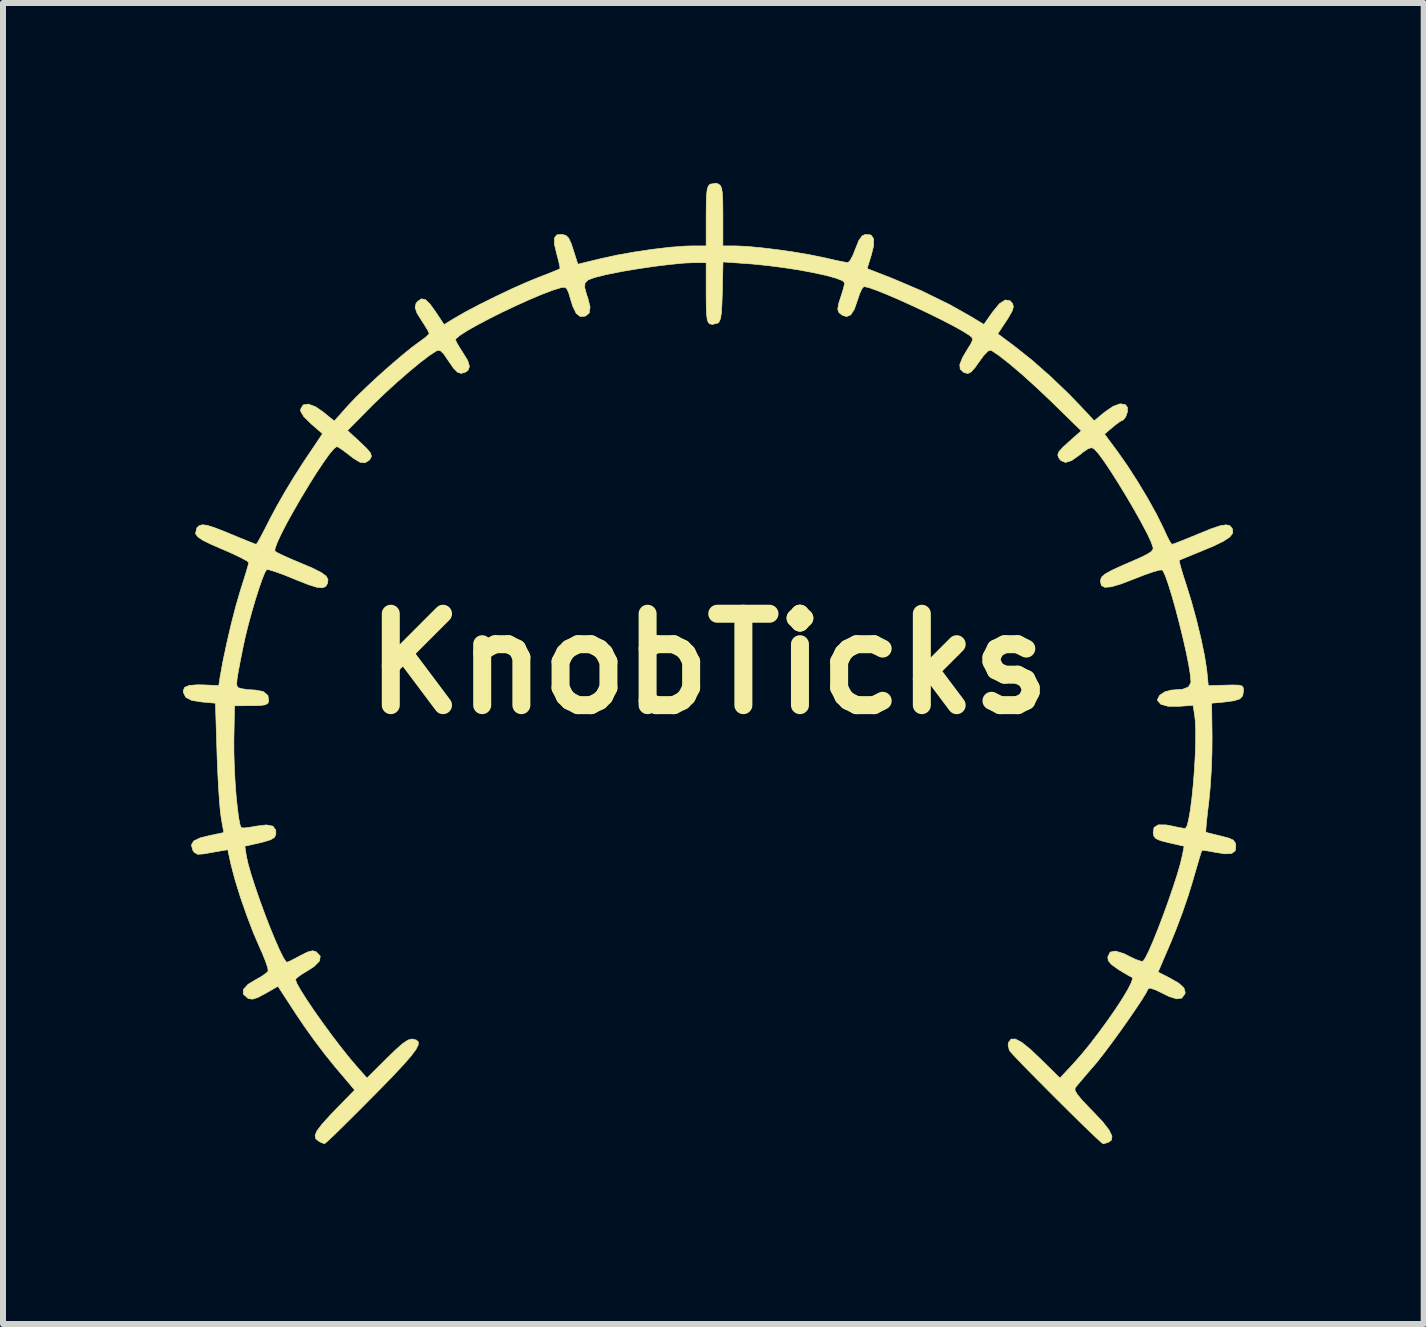
<source format=kicad_pcb>
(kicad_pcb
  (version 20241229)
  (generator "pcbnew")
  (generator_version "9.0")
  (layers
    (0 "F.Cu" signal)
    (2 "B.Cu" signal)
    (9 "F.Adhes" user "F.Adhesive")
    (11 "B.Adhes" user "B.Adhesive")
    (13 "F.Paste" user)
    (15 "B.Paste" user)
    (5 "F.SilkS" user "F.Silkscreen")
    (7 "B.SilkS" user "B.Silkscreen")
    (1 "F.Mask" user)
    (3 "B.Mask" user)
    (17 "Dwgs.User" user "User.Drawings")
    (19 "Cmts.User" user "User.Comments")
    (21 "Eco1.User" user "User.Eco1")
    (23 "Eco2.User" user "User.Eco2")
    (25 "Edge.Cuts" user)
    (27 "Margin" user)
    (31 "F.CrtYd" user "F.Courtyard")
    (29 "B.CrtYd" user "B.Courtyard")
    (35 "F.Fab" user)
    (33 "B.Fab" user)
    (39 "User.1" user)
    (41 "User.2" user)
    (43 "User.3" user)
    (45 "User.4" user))
  (footprint "KnobTicks"
    (layer "F.Cu")
    (at 8.763 8.767)
    (property "Reference" "KnobTicks" (at 0 -0.75 0) (layer "F.SilkS") (effects (font (size 1.524 1.524) (thickness 0.3))))
    (attr through_hole)
    (fp_poly (pts (xy 0.168 -8.747) (xy 0.198 -8.723) (xy 0.218 -8.677) (xy 0.23 -8.597) (xy 0.237 -8.468) (xy 0.239 -8.277) (xy 0.239 -8.213) (xy 0.239 -7.717) (xy 0.456 -7.717) (xy 0.637 -7.709) (xy 0.874 -7.687) (xy 1.143 -7.655) (xy 1.421 -7.615) (xy 1.686 -7.57) (xy 1.915 -7.523) (xy 1.944 -7.517) (xy 2.101 -7.481) (xy 2.23 -7.454) (xy 2.31 -7.44) (xy 2.323 -7.438) (xy 2.36 -7.473) (xy 2.408 -7.563) (xy 2.449 -7.667) (xy 2.506 -7.808) (xy 2.56 -7.884) (xy 2.611 -7.908) (xy 2.706 -7.9) (xy 2.752 -7.839) (xy 2.752 -7.72) (xy 2.716 -7.574) (xy 2.644 -7.339) (xy 3.067 -7.174) (xy 3.556 -6.966) (xy 4.021 -6.738) (xy 4.358 -6.548) (xy 4.591 -6.408) (xy 4.736 -6.615) (xy 4.85 -6.754) (xy 4.948 -6.816) (xy 5.028 -6.802) (xy 5.069 -6.755) (xy 5.083 -6.702) (xy 5.06 -6.627) (xy 4.994 -6.513) (xy 4.966 -6.47) (xy 4.822 -6.252) (xy 5.097 -6.047) (xy 5.385 -5.818) (xy 5.694 -5.547) (xy 5.997 -5.257) (xy 6.191 -5.057) (xy 6.43 -4.801) (xy 6.603 -4.945) (xy 6.744 -5.042) (xy 6.862 -5.085) (xy 6.948 -5.071) (xy 6.983 -5.027) (xy 6.984 -4.952) (xy 6.956 -4.869) (xy 6.912 -4.814) (xy 6.896 -4.809) (xy 6.851 -4.784) (xy 6.771 -4.724) (xy 6.735 -4.694) (xy 6.602 -4.58) (xy 6.818 -4.288) (xy 6.985 -4.05) (xy 7.157 -3.782) (xy 7.322 -3.507) (xy 7.467 -3.246) (xy 7.578 -3.022) (xy 7.593 -2.99) (xy 7.65 -2.866) (xy 7.698 -2.776) (xy 7.726 -2.741) (xy 7.726 -2.741) (xy 7.771 -2.755) (xy 7.873 -2.795) (xy 8.018 -2.853) (xy 8.176 -2.918) (xy 8.382 -3.002) (xy 8.529 -3.051) (xy 8.628 -3.067) (xy 8.691 -3.053) (xy 8.729 -3.009) (xy 8.737 -2.989) (xy 8.739 -2.928) (xy 8.691 -2.865) (xy 8.588 -2.796) (xy 8.42 -2.714) (xy 8.241 -2.639) (xy 8.082 -2.574) (xy 7.953 -2.521) (xy 7.869 -2.486) (xy 7.847 -2.476) (xy 7.853 -2.436) (xy 7.879 -2.337) (xy 7.922 -2.196) (xy 7.957 -2.089) (xy 8.05 -1.79) (xy 8.136 -1.476) (xy 8.21 -1.169) (xy 8.268 -0.891) (xy 8.304 -0.663) (xy 8.307 -0.637) (xy 8.332 -0.385) (xy 8.575 -0.393) (xy 8.74 -0.397) (xy 8.841 -0.394) (xy 8.894 -0.38) (xy 8.915 -0.349) (xy 8.918 -0.297) (xy 8.918 -0.295) (xy 8.905 -0.216) (xy 8.857 -0.165) (xy 8.76 -0.134) (xy 8.603 -0.113) (xy 8.388 -0.093) (xy 8.395 0.464) (xy 8.393 0.73) (xy 8.382 1.027) (xy 8.363 1.317) (xy 8.342 1.536) (xy 8.319 1.728) (xy 8.302 1.888) (xy 8.292 2.002) (xy 8.29 2.055) (xy 8.29 2.057) (xy 8.332 2.07) (xy 8.428 2.094) (xy 8.54 2.121) (xy 8.673 2.156) (xy 8.748 2.189) (xy 8.781 2.234) (xy 8.791 2.281) (xy 8.781 2.367) (xy 8.722 2.412) (xy 8.606 2.418) (xy 8.45 2.393) (xy 8.33 2.371) (xy 8.247 2.36) (xy 8.224 2.362) (xy 8.209 2.403) (xy 8.178 2.506) (xy 8.134 2.656) (xy 8.081 2.839) (xy 8.071 2.875) (xy 7.996 3.118) (xy 7.9 3.397) (xy 7.796 3.674) (xy 7.712 3.882) (xy 7.494 4.389) (xy 7.681 4.484) (xy 7.838 4.574) (xy 7.925 4.653) (xy 7.947 4.727) (xy 7.94 4.756) (xy 7.889 4.823) (xy 7.803 4.836) (xy 7.674 4.795) (xy 7.57 4.743) (xy 7.454 4.687) (xy 7.368 4.658) (xy 7.333 4.662) (xy 7.296 4.734) (xy 7.221 4.856) (xy 7.116 5.014) (xy 6.991 5.196) (xy 6.855 5.388) (xy 6.718 5.576) (xy 6.589 5.748) (xy 6.478 5.889) (xy 6.424 5.953) (xy 6.306 6.089) (xy 6.206 6.207) (xy 6.135 6.291) (xy 6.112 6.321) (xy 6.109 6.361) (xy 6.146 6.427) (xy 6.23 6.528) (xy 6.366 6.671) (xy 6.4 6.705) (xy 6.57 6.885) (xy 6.677 7.023) (xy 6.726 7.123) (xy 6.717 7.191) (xy 6.665 7.228) (xy 6.597 7.249) (xy 6.578 7.252) (xy 6.543 7.225) (xy 6.461 7.15) (xy 6.342 7.036) (xy 6.193 6.892) (xy 6.024 6.726) (xy 5.844 6.547) (xy 5.662 6.365) (xy 5.486 6.188) (xy 5.325 6.025) (xy 5.189 5.885) (xy 5.086 5.776) (xy 5.025 5.708) (xy 5.014 5.692) (xy 4.994 5.605) (xy 5.001 5.563) (xy 5.045 5.507) (xy 5.117 5.506) (xy 5.223 5.562) (xy 5.366 5.678) (xy 5.526 5.829) (xy 5.858 6.157) (xy 6.067 5.934) (xy 6.207 5.776) (xy 6.356 5.595) (xy 6.506 5.399) (xy 6.652 5.199) (xy 6.787 5.005) (xy 6.903 4.827) (xy 6.993 4.676) (xy 7.051 4.56) (xy 7.07 4.491) (xy 7.061 4.477) (xy 7.005 4.449) (xy 6.908 4.392) (xy 6.83 4.344) (xy 6.717 4.263) (xy 6.663 4.197) (xy 6.656 4.137) (xy 6.696 4.057) (xy 6.784 4.039) (xy 6.922 4.081) (xy 7.011 4.126) (xy 7.124 4.18) (xy 7.21 4.209) (xy 7.242 4.209) (xy 7.281 4.156) (xy 7.339 4.04) (xy 7.411 3.875) (xy 7.492 3.674) (xy 7.578 3.449) (xy 7.663 3.214) (xy 7.743 2.982) (xy 7.813 2.767) (xy 7.867 2.581) (xy 7.901 2.437) (xy 7.902 2.433) (xy 7.929 2.291) (xy 7.677 2.234) (xy 7.539 2.199) (xy 7.461 2.166) (xy 7.425 2.125) (xy 7.413 2.07) (xy 7.427 1.98) (xy 7.497 1.935) (xy 7.629 1.936) (xy 7.729 1.955) (xy 7.845 1.98) (xy 7.93 1.994) (xy 7.948 1.996) (xy 7.975 1.959) (xy 8.003 1.855) (xy 8.031 1.698) (xy 8.057 1.5) (xy 8.08 1.275) (xy 8.099 1.035) (xy 8.113 0.794) (xy 8.121 0.564) (xy 8.122 0.359) (xy 8.114 0.191) (xy 8.106 0.122) (xy 8.079 -0.058) (xy 7.842 -0.041) (xy 7.661 -0.042) (xy 7.541 -0.075) (xy 7.487 -0.136) (xy 7.485 -0.155) (xy 7.52 -0.224) (xy 7.606 -0.282) (xy 7.716 -0.312) (xy 7.736 -0.313) (xy 7.903 -0.325) (xy 8.001 -0.364) (xy 8.04 -0.432) (xy 8.042 -0.454) (xy 8.032 -0.571) (xy 8.004 -0.741) (xy 7.962 -0.95) (xy 7.909 -1.183) (xy 7.849 -1.427) (xy 7.786 -1.668) (xy 7.723 -1.89) (xy 7.664 -2.08) (xy 7.613 -2.224) (xy 7.573 -2.306) (xy 7.567 -2.314) (xy 7.52 -2.313) (xy 7.416 -2.284) (xy 7.27 -2.234) (xy 7.104 -2.169) (xy 6.878 -2.082) (xy 6.715 -2.034) (xy 6.608 -2.025) (xy 6.55 -2.055) (xy 6.534 -2.123) (xy 6.537 -2.155) (xy 6.557 -2.2) (xy 6.614 -2.248) (xy 6.718 -2.306) (xy 6.88 -2.381) (xy 6.987 -2.427) (xy 7.178 -2.51) (xy 7.305 -2.572) (xy 7.379 -2.619) (xy 7.41 -2.659) (xy 7.412 -2.686) (xy 7.38 -2.778) (xy 7.313 -2.922) (xy 7.217 -3.104) (xy 7.1 -3.313) (xy 6.972 -3.532) (xy 6.839 -3.75) (xy 6.711 -3.953) (xy 6.595 -4.126) (xy 6.499 -4.257) (xy 6.432 -4.331) (xy 6.387 -4.353) (xy 6.331 -4.338) (xy 6.245 -4.28) (xy 6.191 -4.236) (xy 6.054 -4.139) (xy 5.952 -4.107) (xy 5.875 -4.138) (xy 5.837 -4.187) (xy 5.822 -4.233) (xy 5.841 -4.285) (xy 5.905 -4.357) (xy 6.003 -4.447) (xy 6.214 -4.635) (xy 5.725 -5.113) (xy 5.475 -5.35) (xy 5.238 -5.565) (xy 5.023 -5.748) (xy 4.842 -5.89) (xy 4.71 -5.979) (xy 4.66 -5.965) (xy 4.585 -5.887) (xy 4.534 -5.817) (xy 4.441 -5.687) (xy 4.376 -5.615) (xy 4.323 -5.59) (xy 4.269 -5.603) (xy 4.252 -5.611) (xy 4.195 -5.663) (xy 4.189 -5.74) (xy 4.234 -5.854) (xy 4.305 -5.974) (xy 4.373 -6.084) (xy 4.402 -6.148) (xy 4.394 -6.188) (xy 4.355 -6.223) (xy 4.355 -6.223) (xy 4.246 -6.292) (xy 4.087 -6.381) (xy 3.891 -6.483) (xy 3.67 -6.592) (xy 3.439 -6.701) (xy 3.211 -6.805) (xy 2.999 -6.897) (xy 2.816 -6.971) (xy 2.677 -7.021) (xy 2.593 -7.04) (xy 2.59 -7.04) (xy 2.558 -7.005) (xy 2.517 -6.915) (xy 2.488 -6.825) (xy 2.43 -6.66) (xy 2.37 -6.567) (xy 2.301 -6.539) (xy 2.232 -6.561) (xy 2.175 -6.604) (xy 2.154 -6.663) (xy 2.17 -6.758) (xy 2.21 -6.881) (xy 2.246 -6.995) (xy 2.267 -7.082) (xy 2.269 -7.102) (xy 2.232 -7.138) (xy 2.126 -7.179) (xy 1.965 -7.224) (xy 1.759 -7.269) (xy 1.521 -7.314) (xy 1.261 -7.354) (xy 0.992 -7.389) (xy 0.725 -7.416) (xy 0.628 -7.423) (xy 0.241 -7.45) (xy 0.23 -6.961) (xy 0.223 -6.747) (xy 0.214 -6.6) (xy 0.199 -6.506) (xy 0.177 -6.453) (xy 0.155 -6.431) (xy 0.068 -6.409) (xy 0.025 -6.416) (xy -0.002 -6.437) (xy -0.021 -6.484) (xy -0.032 -6.57) (xy -0.038 -6.707) (xy -0.04 -6.91) (xy -0.04 -6.94) (xy -0.04 -7.438) (xy -0.237 -7.438) (xy -0.408 -7.431) (xy -0.635 -7.409) (xy -0.897 -7.377) (xy -1.17 -7.337) (xy -1.434 -7.293) (xy -1.666 -7.247) (xy -1.722 -7.235) (xy -1.899 -7.191) (xy -2.008 -7.15) (xy -2.06 -7.098) (xy -2.065 -7.022) (xy -2.034 -6.908) (xy -2.012 -6.846) (xy -1.975 -6.696) (xy -1.99 -6.598) (xy -2.053 -6.547) (xy -2.138 -6.539) (xy -2.206 -6.592) (xy -2.265 -6.714) (xy -2.294 -6.808) (xy -2.333 -6.938) (xy -2.365 -7.006) (xy -2.403 -7.029) (xy -2.459 -7.022) (xy -2.464 -7.02) (xy -2.603 -6.977) (xy -2.781 -6.909) (xy -2.987 -6.822) (xy -3.209 -6.722) (xy -3.435 -6.615) (xy -3.653 -6.506) (xy -3.852 -6.401) (xy -4.019 -6.307) (xy -4.142 -6.228) (xy -4.21 -6.172) (xy -4.22 -6.153) (xy -4.199 -6.104) (xy -4.145 -6.013) (xy -4.101 -5.945) (xy -4.015 -5.805) (xy -3.986 -5.707) (xy -4.011 -5.642) (xy -4.051 -5.614) (xy -4.122 -5.591) (xy -4.185 -5.611) (xy -4.256 -5.684) (xy -4.341 -5.808) (xy -4.416 -5.918) (xy -4.47 -5.969) (xy -4.516 -5.975) (xy -4.54 -5.965) (xy -4.652 -5.892) (xy -4.806 -5.775) (xy -4.989 -5.624) (xy -5.188 -5.451) (xy -5.389 -5.268) (xy -5.579 -5.086) (xy -5.628 -5.037) (xy -6.02 -4.64) (xy -5.817 -4.453) (xy -5.699 -4.34) (xy -5.636 -4.264) (xy -5.62 -4.209) (xy -5.644 -4.161) (xy -5.661 -4.142) (xy -5.729 -4.101) (xy -5.81 -4.11) (xy -5.92 -4.176) (xy -5.994 -4.234) (xy -6.094 -4.31) (xy -6.17 -4.36) (xy -6.197 -4.372) (xy -6.245 -4.337) (xy -6.323 -4.245) (xy -6.423 -4.104) (xy -6.54 -3.929) (xy -6.665 -3.729) (xy -6.793 -3.517) (xy -6.916 -3.303) (xy -7.029 -3.101) (xy -7.122 -2.92) (xy -7.191 -2.772) (xy -7.228 -2.67) (xy -7.23 -2.628) (xy -7.188 -2.602) (xy -7.087 -2.553) (xy -6.943 -2.489) (xy -6.793 -2.426) (xy -6.591 -2.34) (xy -6.456 -2.271) (xy -6.377 -2.213) (xy -6.345 -2.157) (xy -6.351 -2.097) (xy -6.354 -2.087) (xy -6.386 -2.037) (xy -6.441 -2.017) (xy -6.53 -2.026) (xy -6.665 -2.068) (xy -6.857 -2.143) (xy -6.91 -2.165) (xy -7.08 -2.234) (xy -7.224 -2.286) (xy -7.325 -2.317) (xy -7.367 -2.321) (xy -7.398 -2.271) (xy -7.443 -2.159) (xy -7.498 -2) (xy -7.559 -1.808) (xy -7.62 -1.598) (xy -7.678 -1.385) (xy -7.727 -1.184) (xy -7.757 -1.047) (xy -7.806 -0.801) (xy -7.84 -0.622) (xy -7.86 -0.499) (xy -7.867 -0.421) (xy -7.861 -0.376) (xy -7.844 -0.354) (xy -7.814 -0.343) (xy -7.794 -0.337) (xy -7.691 -0.32) (xy -7.565 -0.313) (xy -7.559 -0.313) (xy -7.425 -0.288) (xy -7.346 -0.222) (xy -7.333 -0.125) (xy -7.352 -0.086) (xy -7.403 -0.064) (xy -7.502 -0.054) (xy -7.625 -0.052) (xy -7.903 -0.05) (xy -7.914 0.526) (xy -7.913 0.738) (xy -7.906 0.97) (xy -7.894 1.209) (xy -7.877 1.44) (xy -7.856 1.647) (xy -7.834 1.817) (xy -7.811 1.934) (xy -7.791 1.983) (xy -7.744 1.987) (xy -7.643 1.975) (xy -7.546 1.957) (xy -7.372 1.936) (xy -7.263 1.957) (xy -7.215 2.023) (xy -7.214 2.093) (xy -7.236 2.143) (xy -7.298 2.182) (xy -7.414 2.218) (xy -7.479 2.234) (xy -7.731 2.291) (xy -7.706 2.453) (xy -7.677 2.584) (xy -7.627 2.759) (xy -7.561 2.964) (xy -7.484 3.188) (xy -7.4 3.418) (xy -7.314 3.641) (xy -7.23 3.844) (xy -7.155 4.016) (xy -7.092 4.144) (xy -7.045 4.216) (xy -7.029 4.226) (xy -6.985 4.209) (xy -6.894 4.163) (xy -6.809 4.117) (xy -6.685 4.055) (xy -6.604 4.034) (xy -6.545 4.049) (xy -6.541 4.052) (xy -6.474 4.123) (xy -6.486 4.205) (xy -6.577 4.297) (xy -6.678 4.362) (xy -6.789 4.43) (xy -6.865 4.486) (xy -6.887 4.513) (xy -6.864 4.578) (xy -6.799 4.694) (xy -6.7 4.85) (xy -6.576 5.034) (xy -6.434 5.235) (xy -6.282 5.442) (xy -6.129 5.643) (xy -5.982 5.827) (xy -5.853 5.978) (xy -5.694 6.157) (xy -5.361 5.825) (xy -5.207 5.676) (xy -5.094 5.578) (xy -5.013 5.524) (xy -4.952 5.506) (xy -4.932 5.507) (xy -4.871 5.523) (xy -4.839 5.553) (xy -4.84 5.604) (xy -4.878 5.679) (xy -4.957 5.785) (xy -5.08 5.927) (xy -5.252 6.111) (xy -5.475 6.341) (xy -5.607 6.474) (xy -5.809 6.678) (xy -5.993 6.861) (xy -6.152 7.018) (xy -6.278 7.14) (xy -6.364 7.22) (xy -6.402 7.251) (xy -6.403 7.251) (xy -6.456 7.232) (xy -6.499 7.209) (xy -6.549 7.167) (xy -6.56 7.112) (xy -6.528 7.036) (xy -6.448 6.93) (xy -6.316 6.784) (xy -6.235 6.7) (xy -5.9 6.356) (xy -6.236 5.958) (xy -6.396 5.76) (xy -6.574 5.525) (xy -6.746 5.284) (xy -6.875 5.093) (xy -7.179 4.626) (xy -7.39 4.747) (xy -7.517 4.814) (xy -7.602 4.841) (xy -7.664 4.833) (xy -7.682 4.824) (xy -7.757 4.757) (xy -7.755 4.679) (xy -7.678 4.594) (xy -7.562 4.524) (xy -7.449 4.46) (xy -7.367 4.401) (xy -7.342 4.372) (xy -7.35 4.316) (xy -7.386 4.208) (xy -7.444 4.065) (xy -7.48 3.986) (xy -7.587 3.738) (xy -7.697 3.45) (xy -7.803 3.147) (xy -7.893 2.857) (xy -7.959 2.608) (xy -7.965 2.581) (xy -8.016 2.349) (xy -8.149 2.372) (xy -8.288 2.396) (xy -8.417 2.419) (xy -8.517 2.426) (xy -8.574 2.394) (xy -8.599 2.357) (xy -8.622 2.271) (xy -8.584 2.205) (xy -8.479 2.153) (xy -8.317 2.113) (xy -8.193 2.087) (xy -8.108 2.069) (xy -8.082 2.062) (xy -8.089 2.023) (xy -8.106 1.928) (xy -8.125 1.818) (xy -8.14 1.704) (xy -8.155 1.528) (xy -8.17 1.304) (xy -8.183 1.051) (xy -8.194 0.784) (xy -8.195 0.743) (xy -8.221 -0.093) (xy -8.452 -0.114) (xy -8.618 -0.141) (xy -8.716 -0.192) (xy -8.756 -0.272) (xy -8.758 -0.3) (xy -8.735 -0.357) (xy -8.657 -0.39) (xy -8.515 -0.4) (xy -8.413 -0.398) (xy -8.166 -0.387) (xy -8.142 -0.539) (xy -8.095 -0.798) (xy -8.031 -1.099) (xy -7.958 -1.413) (xy -7.881 -1.712) (xy -7.807 -1.966) (xy -7.795 -2.004) (xy -7.742 -2.172) (xy -7.699 -2.313) (xy -7.672 -2.408) (xy -7.665 -2.439) (xy -7.699 -2.467) (xy -7.793 -2.518) (xy -7.932 -2.585) (xy -8.101 -2.659) (xy -8.102 -2.659) (xy -8.298 -2.744) (xy -8.43 -2.809) (xy -8.509 -2.862) (xy -8.546 -2.907) (xy -8.552 -2.928) (xy -8.53 -3.019) (xy -8.486 -3.056) (xy -8.436 -3.068) (xy -8.361 -3.059) (xy -8.246 -3.023) (xy -8.079 -2.959) (xy -7.983 -2.919) (xy -7.814 -2.849) (xy -7.674 -2.792) (xy -7.578 -2.754) (xy -7.541 -2.741) (xy -7.518 -2.774) (xy -7.467 -2.865) (xy -7.396 -3) (xy -7.312 -3.165) (xy -7.308 -3.173) (xy -7.199 -3.377) (xy -7.062 -3.617) (xy -6.913 -3.863) (xy -6.77 -4.087) (xy -6.764 -4.096) (xy -6.436 -4.586) (xy -6.626 -4.751) (xy -6.747 -4.87) (xy -6.8 -4.959) (xy -6.802 -4.993) (xy -6.758 -5.066) (xy -6.671 -5.08) (xy -6.551 -5.035) (xy -6.423 -4.946) (xy -6.24 -4.797) (xy -6.004 -5.062) (xy -5.876 -5.196) (xy -5.708 -5.359) (xy -5.517 -5.537) (xy -5.317 -5.715) (xy -5.123 -5.881) (xy -4.952 -6.021) (xy -4.818 -6.12) (xy -4.797 -6.135) (xy -4.711 -6.198) (xy -4.662 -6.247) (xy -4.658 -6.257) (xy -4.679 -6.306) (xy -4.733 -6.395) (xy -4.777 -6.463) (xy -4.861 -6.597) (xy -4.892 -6.69) (xy -4.877 -6.759) (xy -4.849 -6.793) (xy -4.786 -6.835) (xy -4.721 -6.822) (xy -4.644 -6.748) (xy -4.554 -6.623) (xy -4.409 -6.405) (xy -4.245 -6.506) (xy -4.057 -6.614) (xy -3.818 -6.74) (xy -3.552 -6.872) (xy -3.283 -7) (xy -3.033 -7.111) (xy -2.85 -7.186) (xy -2.695 -7.246) (xy -2.57 -7.296) (xy -2.493 -7.328) (xy -2.477 -7.337) (xy -2.48 -7.379) (xy -2.502 -7.475) (xy -2.529 -7.576) (xy -2.569 -7.743) (xy -2.57 -7.849) (xy -2.53 -7.901) (xy -2.446 -7.909) (xy -2.441 -7.909) (xy -2.378 -7.892) (xy -2.332 -7.847) (xy -2.29 -7.756) (xy -2.256 -7.654) (xy -2.179 -7.412) (xy -1.796 -7.505) (xy -1.53 -7.563) (xy -1.233 -7.616) (xy -0.929 -7.661) (xy -0.641 -7.695) (xy -0.392 -7.714) (xy -0.277 -7.717) (xy -0.04 -7.717) (xy -0.04 -8.213) (xy -0.038 -8.423) (xy -0.033 -8.568) (xy -0.022 -8.661) (xy -0.004 -8.715) (xy 0.023 -8.743) (xy 0.029 -8.747) (xy 0.13 -8.762) (xy 0.168 -8.747)) (stroke (width 0.01) (type solid)) (fill yes) (layer "F.SilkS")))
  (gr_rect
    (start -3 -3)
    (end 20.686 19.024)
    (stroke (width 0.1) (type default))
    (fill no)
    (layer "Edge.Cuts")))
</source>
